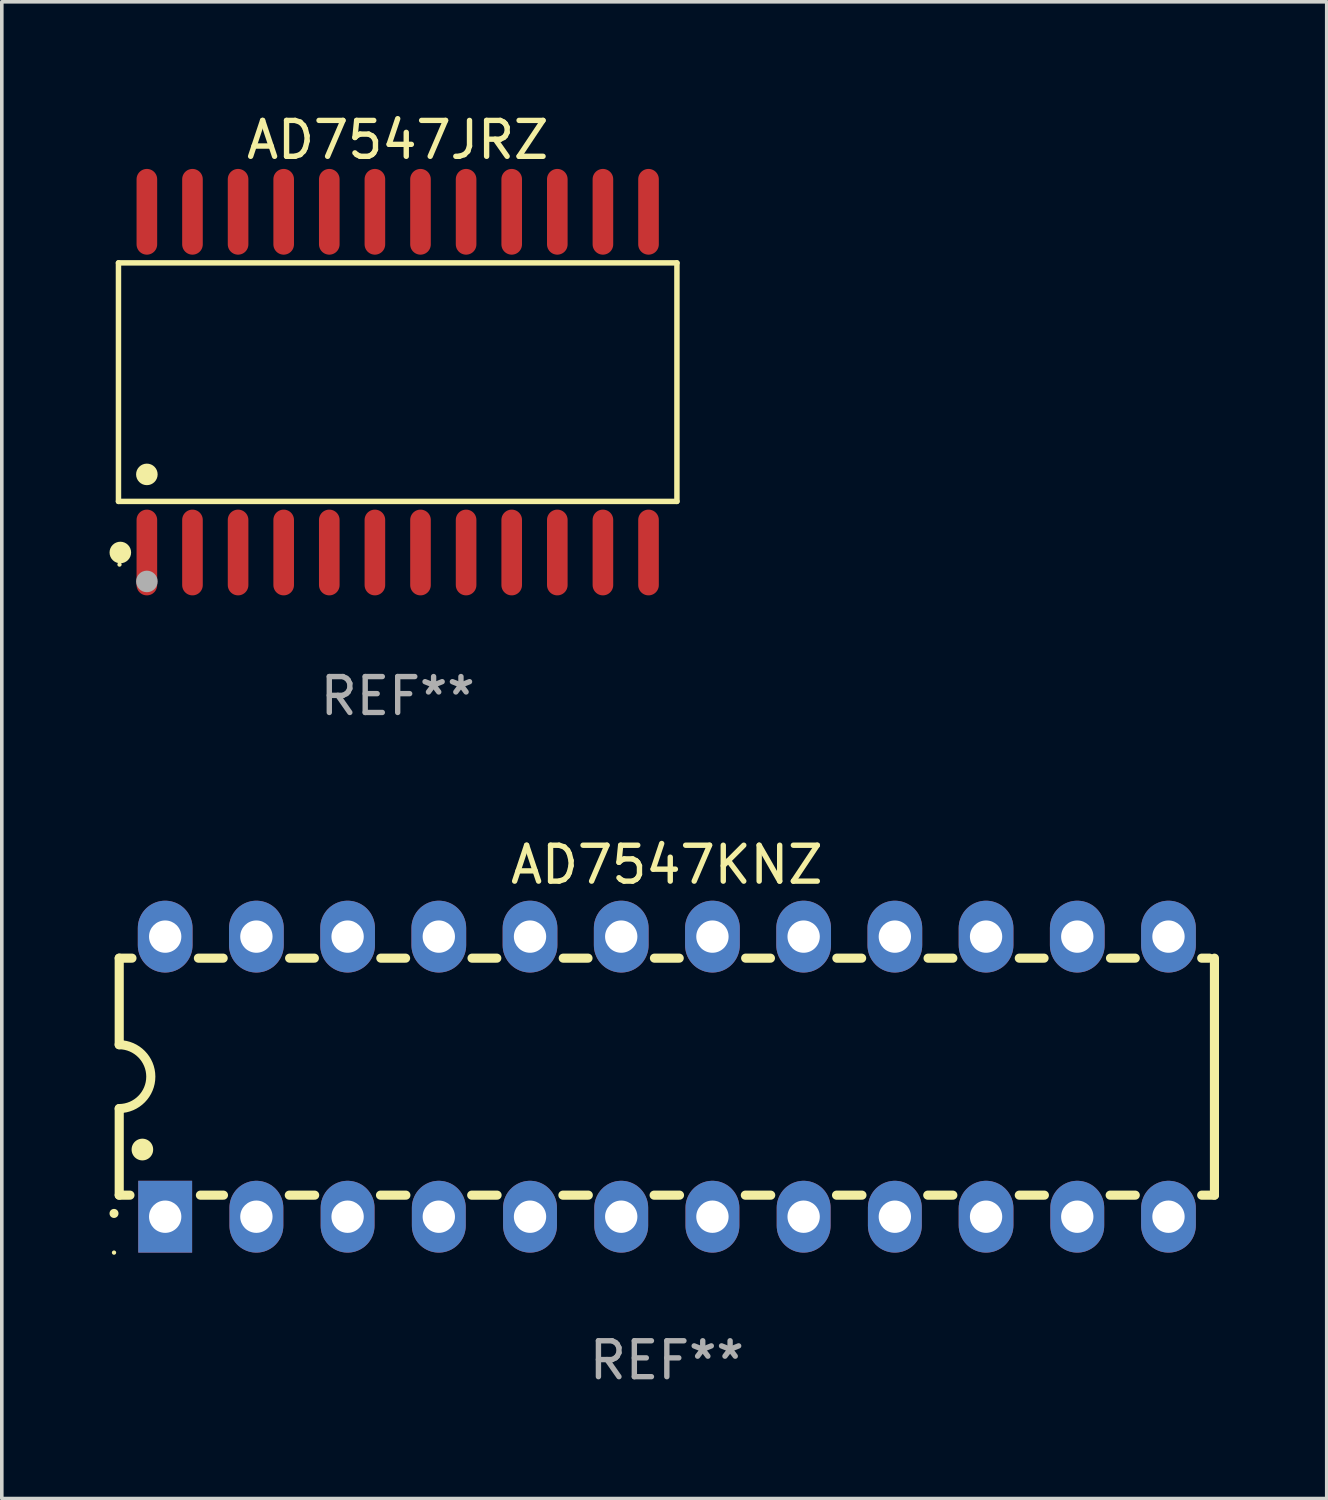
<source format=kicad_pcb>
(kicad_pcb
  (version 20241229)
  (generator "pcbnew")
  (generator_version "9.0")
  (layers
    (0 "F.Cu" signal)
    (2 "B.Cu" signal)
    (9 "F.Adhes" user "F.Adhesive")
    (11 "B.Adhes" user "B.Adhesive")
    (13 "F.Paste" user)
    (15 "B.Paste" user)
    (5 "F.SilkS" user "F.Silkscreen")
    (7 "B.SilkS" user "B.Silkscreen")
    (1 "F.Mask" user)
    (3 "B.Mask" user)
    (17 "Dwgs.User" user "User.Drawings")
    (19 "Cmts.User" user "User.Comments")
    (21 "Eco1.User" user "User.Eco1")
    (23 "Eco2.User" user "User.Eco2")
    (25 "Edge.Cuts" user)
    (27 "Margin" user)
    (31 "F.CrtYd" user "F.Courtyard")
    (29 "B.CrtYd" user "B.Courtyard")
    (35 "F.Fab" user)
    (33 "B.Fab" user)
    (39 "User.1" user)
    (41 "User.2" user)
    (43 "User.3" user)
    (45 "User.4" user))
  (footprint "AD7547KNZ"
    (layer "F.Cu")
    (at 15.52 26.933)
    (property "Reference" "AD7547KNZ" (at 0 -5.9 0) (layer "F.SilkS") (effects (font (size 1 1) (thickness 0.15))))
    (attr through_hole)
    (fp_line (start -15.25 -3.3) (end -15.25 -0.889) (stroke (width 0.254) (type solid)) (layer "F.SilkS"))
    (fp_line (start -15.25 -3.3) (end -14.895 -3.3) (stroke (width 0.254) (type solid)) (layer "F.SilkS"))
    (fp_line (start -15.25 3.3) (end -15.25 0.889) (stroke (width 0.254) (type solid)) (layer "F.SilkS"))
    (fp_line (start -15.25 3.3) (end -14.951 3.3) (stroke (width 0.254) (type solid)) (layer "F.SilkS"))
    (fp_line (start -13.045 -3.3) (end -12.355 -3.3) (stroke (width 0.254) (type solid)) (layer "F.SilkS"))
    (fp_line (start -12.989 3.3) (end -12.347 3.3) (stroke (width 0.254) (type solid)) (layer "F.SilkS"))
    (fp_line (start -10.514 3.3) (end -9.807 3.3) (stroke (width 0.254) (type solid)) (layer "F.SilkS"))
    (fp_line (start -10.505 -3.3) (end -9.815 -3.3) (stroke (width 0.254) (type solid)) (layer "F.SilkS"))
    (fp_line (start -7.974 3.3) (end -7.267 3.3) (stroke (width 0.254) (type solid)) (layer "F.SilkS"))
    (fp_line (start -7.965 -3.3) (end -7.275 -3.3) (stroke (width 0.254) (type solid)) (layer "F.SilkS"))
    (fp_line (start -5.434 3.3) (end -4.727 3.3) (stroke (width 0.254) (type solid)) (layer "F.SilkS"))
    (fp_line (start -5.425 -3.3) (end -4.735 -3.3) (stroke (width 0.254) (type solid)) (layer "F.SilkS"))
    (fp_line (start -2.894 3.3) (end -2.187 3.3) (stroke (width 0.254) (type solid)) (layer "F.SilkS"))
    (fp_line (start -2.885 -3.3) (end -2.195 -3.3) (stroke (width 0.254) (type solid)) (layer "F.SilkS"))
    (fp_line (start -0.354 3.3) (end 0.353 3.3) (stroke (width 0.254) (type solid)) (layer "F.SilkS"))
    (fp_line (start -0.345 -3.3) (end 0.345 -3.3) (stroke (width 0.254) (type solid)) (layer "F.SilkS"))
    (fp_line (start 2.186 3.3) (end 2.893 3.3) (stroke (width 0.254) (type solid)) (layer "F.SilkS"))
    (fp_line (start 2.195 -3.3) (end 2.885 -3.3) (stroke (width 0.254) (type solid)) (layer "F.SilkS"))
    (fp_line (start 4.726 3.3) (end 5.434 3.3) (stroke (width 0.254) (type solid)) (layer "F.SilkS"))
    (fp_line (start 4.735 -3.3) (end 5.425 -3.3) (stroke (width 0.254) (type solid)) (layer "F.SilkS"))
    (fp_line (start 7.266 3.3) (end 7.965 3.3) (stroke (width 0.254) (type solid)) (layer "F.SilkS"))
    (fp_line (start 7.275 -3.3) (end 7.965 -3.3) (stroke (width 0.254) (type solid)) (layer "F.SilkS"))
    (fp_line (start 9.815 -3.3) (end 10.505 -3.3) (stroke (width 0.254) (type solid)) (layer "F.SilkS"))
    (fp_line (start 9.815 3.3) (end 10.514 3.3) (stroke (width 0.254) (type solid)) (layer "F.SilkS"))
    (fp_line (start 12.346 3.3) (end 13.045 3.3) (stroke (width 0.254) (type solid)) (layer "F.SilkS"))
    (fp_line (start 12.355 -3.3) (end 13.045 -3.3) (stroke (width 0.254) (type solid)) (layer "F.SilkS"))
    (fp_line (start 14.895 -3.3) (end 15.113 -3.3) (stroke (width 0.254) (type solid)) (layer "F.SilkS"))
    (fp_line (start 14.895 3.3) (end 15.25 3.3) (stroke (width 0.254) (type solid)) (layer "F.SilkS"))
    (fp_line (start 15.25 -3.3) (end 15.25 3.3) (stroke (width 0.254) (type solid)) (layer "F.SilkS"))
    (fp_arc (start -15.394971 3.810033) (mid -15.394978 3.808763) (end -15.394971 3.807493) (stroke (width 0.25) (type solid)) (layer "F.SilkS"))
    (fp_arc (start -15.251053 -0.890146) (mid -14.361467 -0.001067) (end -15.250038 0.889027) (stroke (width 0.254001) (type solid)) (layer "F.SilkS"))
    (fp_arc (start -14.605029 2.032029) (mid -14.60504 2.029489) (end -14.605029 2.026949) (stroke (width 0.6) (type solid)) (layer "F.SilkS"))
    (fp_circle (center -15.395 4.9) (end -15.365 4.9) (stroke (width 0.06) (type solid)) (fill no) (layer "F.SilkS"))
    (fp_text user "REF**" (at 0 7.9 0) (layer "F.Fab") (effects (font (size 1 1) (thickness 0.15))))
    (pad "1" thru_hole rect (at -13.97 3.9 90) (size 2 1.5) (drill 0.9) (layers "*.Cu" "*.Mask"))
    (pad "2" thru_hole oval (at -11.43 3.9 90) (size 2 1.5) (drill 0.9) (layers "*.Cu" "*.Mask"))
    (pad "3" thru_hole oval (at -8.89 3.9 90) (size 2 1.5) (drill 0.9) (layers "*.Cu" "*.Mask"))
    (pad "4" thru_hole oval (at -6.35 3.9 90) (size 2 1.5) (drill 0.9) (layers "*.Cu" "*.Mask"))
    (pad "5" thru_hole oval (at -3.81 3.9 90) (size 2 1.5) (drill 0.9) (layers "*.Cu" "*.Mask"))
    (pad "6" thru_hole oval (at -1.27 3.9 90) (size 2 1.5) (drill 0.9) (layers "*.Cu" "*.Mask"))
    (pad "7" thru_hole oval (at 1.27 3.9 90) (size 2 1.5) (drill 0.9) (layers "*.Cu" "*.Mask"))
    (pad "8" thru_hole oval (at 3.81 3.9 90) (size 2 1.5) (drill 0.9) (layers "*.Cu" "*.Mask"))
    (pad "9" thru_hole oval (at 6.35 3.9 90) (size 2 1.5) (drill 0.9) (layers "*.Cu" "*.Mask"))
    (pad "10" thru_hole oval (at 8.89 3.9 90) (size 2 1.524) (drill 0.9) (layers "*.Cu" "*.Mask"))
    (pad "11" thru_hole oval (at 11.43 3.9 90) (size 2 1.5) (drill 0.9) (layers "*.Cu" "*.Mask"))
    (pad "12" thru_hole oval (at 13.97 3.9 90) (size 2 1.524) (drill 0.9) (layers "*.Cu" "*.Mask"))
    (pad "13" thru_hole oval (at 13.97 -3.9 90) (size 2 1.524) (drill 0.9) (layers "*.Cu" "*.Mask"))
    (pad "14" thru_hole oval (at 11.43 -3.9 90) (size 2 1.524) (drill 0.9) (layers "*.Cu" "*.Mask"))
    (pad "15" thru_hole oval (at 8.89 -3.9 90) (size 2 1.524) (drill 0.9) (layers "*.Cu" "*.Mask"))
    (pad "16" thru_hole oval (at 6.35 -3.9 90) (size 2 1.524) (drill 0.9) (layers "*.Cu" "*.Mask"))
    (pad "17" thru_hole oval (at 3.81 -3.9 90) (size 2 1.524) (drill 0.9) (layers "*.Cu" "*.Mask"))
    (pad "18" thru_hole oval (at 1.27 -3.9 90) (size 2 1.524) (drill 0.9) (layers "*.Cu" "*.Mask"))
    (pad "19" thru_hole oval (at -1.27 -3.9 90) (size 2 1.524) (drill 0.9) (layers "*.Cu" "*.Mask"))
    (pad "20" thru_hole oval (at -3.81 -3.9 90) (size 2 1.524) (drill 0.9) (layers "*.Cu" "*.Mask"))
    (pad "21" thru_hole oval (at -6.35 -3.9 90) (size 2 1.524) (drill 0.9) (layers "*.Cu" "*.Mask"))
    (pad "22" thru_hole oval (at -8.89 -3.9 90) (size 2 1.524) (drill 0.9) (layers "*.Cu" "*.Mask"))
    (pad "23" thru_hole oval (at -11.43 -3.9 90) (size 2 1.524) (drill 0.9) (layers "*.Cu" "*.Mask"))
    (pad "24" thru_hole oval (at -13.97 -3.9 90) (size 2 1.524) (drill 0.9) (layers "*.Cu" "*.Mask")))
  (footprint "AD7547JRZ"
    (layer "F.Cu")
    (at 8.025 7.592)
    (property "Reference" "AD7547JRZ" (at 0 -6.744 0) (layer "F.SilkS") (effects (font (size 1 1) (thickness 0.15))))
    (attr through_hole)
    (fp_line (start -7.776 -3.321) (end 7.776 -3.321) (stroke (width 0.152) (type solid)) (layer "F.SilkS"))
    (fp_line (start -7.776 3.321) (end -7.776 -3.321) (stroke (width 0.152) (type solid)) (layer "F.SilkS"))
    (fp_line (start 7.776 -3.321) (end 7.776 3.321) (stroke (width 0.152) (type solid)) (layer "F.SilkS"))
    (fp_line (start 7.776 3.321) (end -7.776 3.321) (stroke (width 0.152) (type solid)) (layer "F.SilkS"))
    (fp_circle (center -7.747 5.08) (end -7.717 5.08) (stroke (width 0.06) (type solid)) (fill no) (layer "F.SilkS"))
    (fp_circle (center -7.724 4.744) (end -7.574 4.744) (stroke (width 0.3) (type solid)) (fill no) (layer "F.SilkS"))
    (fp_circle (center -6.985 2.569) (end -6.835 2.569) (stroke (width 0.3) (type solid)) (fill no) (layer "F.SilkS"))
    (fp_circle (center -6.985 5.55) (end -6.835 5.55) (stroke (width 0.3) (type solid)) (fill no) (layer "F.Fab"))
    (fp_text user "REF**" (at 0 8.744 0) (layer "F.Fab") (effects (font (size 1 1) (thickness 0.15))))
    (pad "1" smd oval (at -6.985 4.744) (size 0.574 2.388) (layers "F.Cu" "F.Mask" "F.Paste"))
    (pad "2" smd oval (at -5.715 4.744) (size 0.574 2.388) (layers "F.Cu" "F.Mask" "F.Paste"))
    (pad "3" smd oval (at -4.445 4.744) (size 0.574 2.388) (layers "F.Cu" "F.Mask" "F.Paste"))
    (pad "4" smd oval (at -3.175 4.744) (size 0.574 2.388) (layers "F.Cu" "F.Mask" "F.Paste"))
    (pad "5" smd oval (at -1.905 4.744) (size 0.574 2.388) (layers "F.Cu" "F.Mask" "F.Paste"))
    (pad "6" smd oval (at -0.635 4.744) (size 0.574 2.388) (layers "F.Cu" "F.Mask" "F.Paste"))
    (pad "7" smd oval (at 0.635 4.744) (size 0.574 2.388) (layers "F.Cu" "F.Mask" "F.Paste"))
    (pad "8" smd oval (at 1.905 4.744) (size 0.574 2.388) (layers "F.Cu" "F.Mask" "F.Paste"))
    (pad "9" smd oval (at 3.175 4.744) (size 0.574 2.388) (layers "F.Cu" "F.Mask" "F.Paste"))
    (pad "10" smd oval (at 4.445 4.744) (size 0.574 2.388) (layers "F.Cu" "F.Mask" "F.Paste"))
    (pad "11" smd oval (at 5.715 4.744) (size 0.574 2.388) (layers "F.Cu" "F.Mask" "F.Paste"))
    (pad "12" smd oval (at 6.985 4.744) (size 0.574 2.388) (layers "F.Cu" "F.Mask" "F.Paste"))
    (pad "13" smd oval (at 6.985 -4.744) (size 0.574 2.388) (layers "F.Cu" "F.Mask" "F.Paste"))
    (pad "14" smd oval (at 5.715 -4.744) (size 0.574 2.388) (layers "F.Cu" "F.Mask" "F.Paste"))
    (pad "15" smd oval (at 4.445 -4.744) (size 0.574 2.388) (layers "F.Cu" "F.Mask" "F.Paste"))
    (pad "16" smd oval (at 3.175 -4.744) (size 0.574 2.388) (layers "F.Cu" "F.Mask" "F.Paste"))
    (pad "17" smd oval (at 1.905 -4.744) (size 0.574 2.388) (layers "F.Cu" "F.Mask" "F.Paste"))
    (pad "18" smd oval (at 0.635 -4.744) (size 0.574 2.388) (layers "F.Cu" "F.Mask" "F.Paste"))
    (pad "19" smd oval (at -0.635 -4.744) (size 0.574 2.388) (layers "F.Cu" "F.Mask" "F.Paste"))
    (pad "20" smd oval (at -1.905 -4.744) (size 0.574 2.388) (layers "F.Cu" "F.Mask" "F.Paste"))
    (pad "21" smd oval (at -3.175 -4.744) (size 0.574 2.388) (layers "F.Cu" "F.Mask" "F.Paste"))
    (pad "22" smd oval (at -4.445 -4.744) (size 0.574 2.388) (layers "F.Cu" "F.Mask" "F.Paste"))
    (pad "23" smd oval (at -5.715 -4.744) (size 0.574 2.388) (layers "F.Cu" "F.Mask" "F.Paste"))
    (pad "24" smd oval (at -6.985 -4.744) (size 0.574 2.388) (layers "F.Cu" "F.Mask" "F.Paste")))
  (gr_rect
    (start -3 -3)
    (end 33.897 38.681)
    (stroke (width 0.1) (type default))
    (fill no)
    (layer "Edge.Cuts")))
</source>
